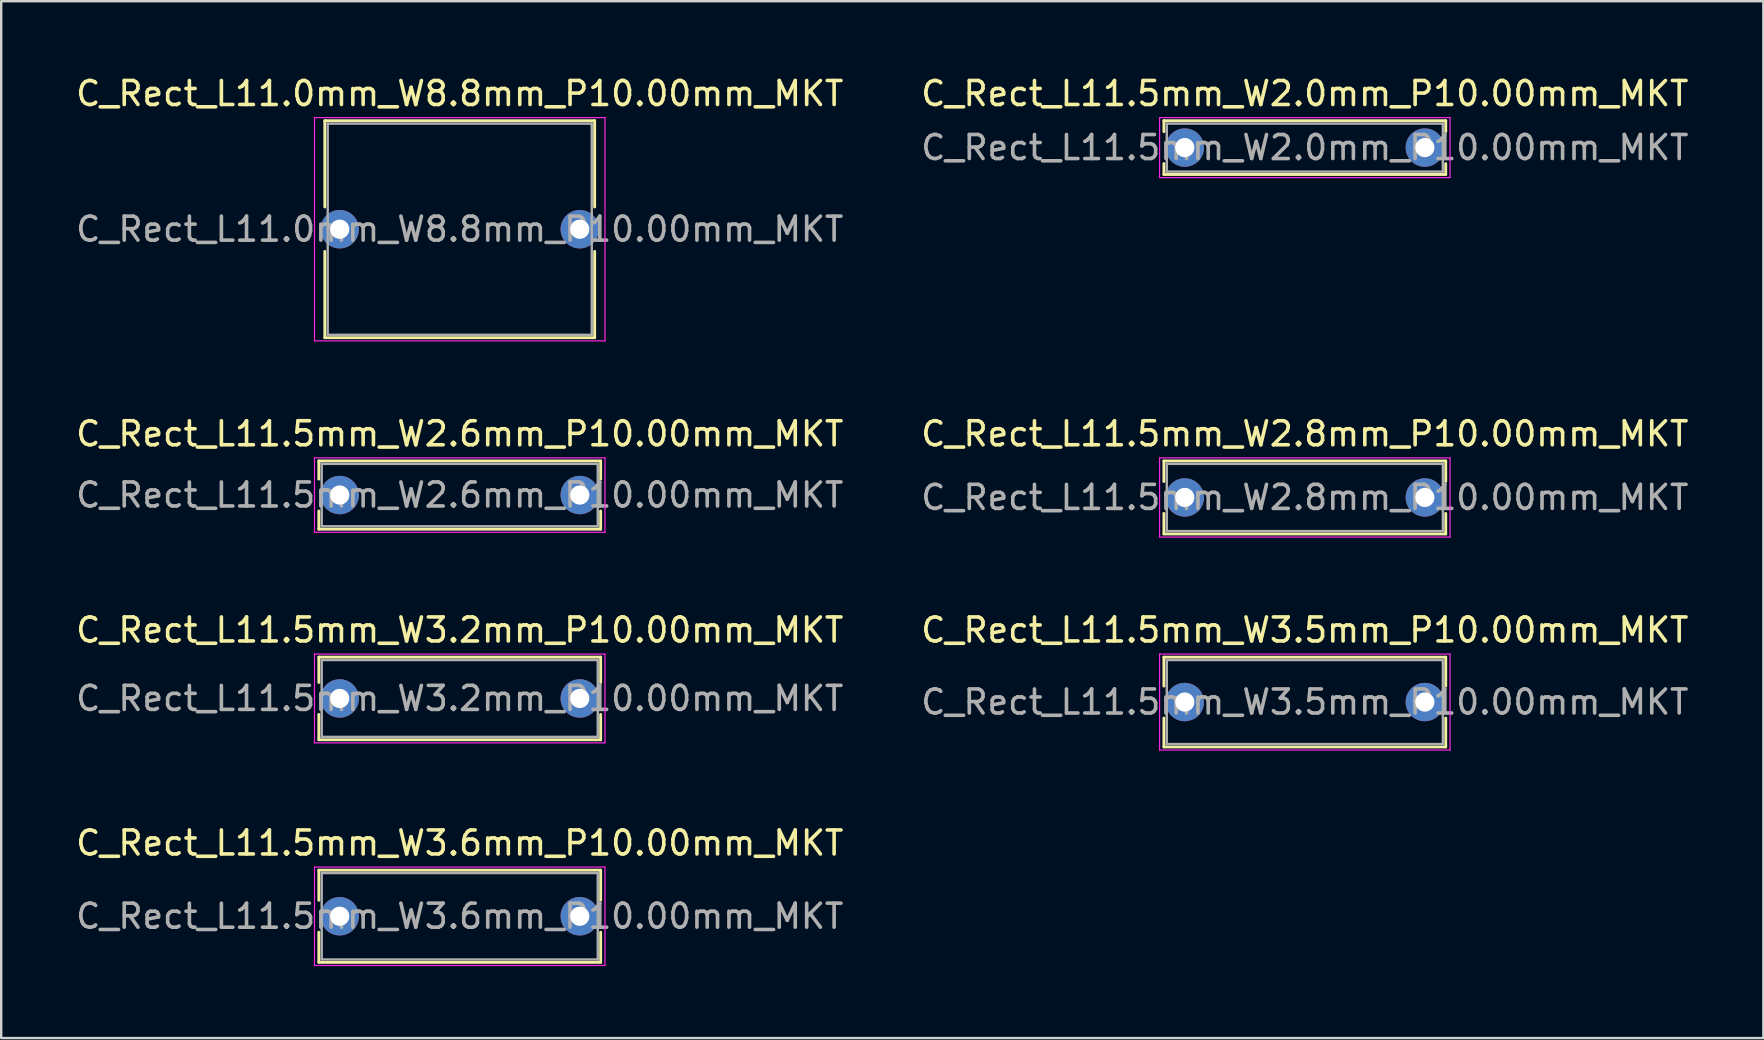
<source format=kicad_pcb>
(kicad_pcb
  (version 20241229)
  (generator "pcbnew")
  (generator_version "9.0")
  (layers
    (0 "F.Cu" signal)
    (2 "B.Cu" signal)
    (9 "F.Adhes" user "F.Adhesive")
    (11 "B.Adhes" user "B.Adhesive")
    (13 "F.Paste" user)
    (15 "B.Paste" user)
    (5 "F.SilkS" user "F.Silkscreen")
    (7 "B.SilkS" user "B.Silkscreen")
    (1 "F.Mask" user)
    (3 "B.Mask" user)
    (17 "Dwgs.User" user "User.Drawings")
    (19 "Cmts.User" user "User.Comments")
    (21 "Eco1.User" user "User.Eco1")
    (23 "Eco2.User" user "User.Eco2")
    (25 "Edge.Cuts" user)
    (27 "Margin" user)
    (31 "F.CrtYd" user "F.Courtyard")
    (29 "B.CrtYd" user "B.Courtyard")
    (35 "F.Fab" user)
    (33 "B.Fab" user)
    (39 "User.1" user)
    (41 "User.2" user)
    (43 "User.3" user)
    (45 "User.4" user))
  (footprint "C_Rect_L11.5mm_W2.0mm_P10.00mm_MKT"
    (layer "F.Cu")
    (at 46.304 3.098)
    (property "Reference" "C_Rect_L11.5mm_W2.0mm_P10.00mm_MKT" (at 5 -2.25 0) (layer "F.SilkS") (effects (font (size 1 1) (thickness 0.15))))
    (attr through_hole)
    (fp_line (start -0.87 -1.12) (end -0.87 -0.665) (stroke (width 0.12) (type solid)) (layer "F.SilkS"))
    (fp_line (start -0.87 -1.12) (end 10.87 -1.12) (stroke (width 0.12) (type solid)) (layer "F.SilkS"))
    (fp_line (start -0.87 0.665) (end -0.87 1.12) (stroke (width 0.12) (type solid)) (layer "F.SilkS"))
    (fp_line (start -0.87 1.12) (end 10.87 1.12) (stroke (width 0.12) (type solid)) (layer "F.SilkS"))
    (fp_line (start 10.87 -1.12) (end 10.87 -0.665) (stroke (width 0.12) (type solid)) (layer "F.SilkS"))
    (fp_line (start 10.87 0.665) (end 10.87 1.12) (stroke (width 0.12) (type solid)) (layer "F.SilkS"))
    (fp_line (start -1.05 -1.25) (end -1.05 1.25) (stroke (width 0.05) (type solid)) (layer "F.CrtYd"))
    (fp_line (start -1.05 1.25) (end 11.05 1.25) (stroke (width 0.05) (type solid)) (layer "F.CrtYd"))
    (fp_line (start 11.05 -1.25) (end -1.05 -1.25) (stroke (width 0.05) (type solid)) (layer "F.CrtYd"))
    (fp_line (start 11.05 1.25) (end 11.05 -1.25) (stroke (width 0.05) (type solid)) (layer "F.CrtYd"))
    (fp_line (start -0.75 -1) (end -0.75 1) (stroke (width 0.1) (type solid)) (layer "F.Fab"))
    (fp_line (start -0.75 1) (end 10.75 1) (stroke (width 0.1) (type solid)) (layer "F.Fab"))
    (fp_line (start 10.75 -1) (end -0.75 -1) (stroke (width 0.1) (type solid)) (layer "F.Fab"))
    (fp_line (start 10.75 1) (end 10.75 -1) (stroke (width 0.1) (type solid)) (layer "F.Fab"))
    (fp_text user "${REFERENCE}" (at 5 0 0) (layer "F.Fab") (effects (font (size 1 1) (thickness 0.15))))
    (pad "1" thru_hole circle (at 0 0) (size 1.6 1.6) (drill 0.8) (layers "*.Cu" "*.Mask"))
    (pad "2" thru_hole circle (at 10 0) (size 1.6 1.6) (drill 0.8) (layers "*.Cu" "*.Mask")))
  (footprint "C_Rect_L11.5mm_W3.2mm_P10.00mm_MKT"
    (layer "F.Cu")
    (at 11.101 26.045)
    (property "Reference" "C_Rect_L11.5mm_W3.2mm_P10.00mm_MKT" (at 5 -2.85 0) (layer "F.SilkS") (effects (font (size 1 1) (thickness 0.15))))
    (attr through_hole)
    (fp_line (start -0.87 -1.721) (end -0.87 -0.665) (stroke (width 0.12) (type solid)) (layer "F.SilkS"))
    (fp_line (start -0.87 -1.721) (end 10.87 -1.721) (stroke (width 0.12) (type solid)) (layer "F.SilkS"))
    (fp_line (start -0.87 0.665) (end -0.87 1.721) (stroke (width 0.12) (type solid)) (layer "F.SilkS"))
    (fp_line (start -0.87 1.721) (end 10.87 1.721) (stroke (width 0.12) (type solid)) (layer "F.SilkS"))
    (fp_line (start 10.87 -1.721) (end 10.87 -0.665) (stroke (width 0.12) (type solid)) (layer "F.SilkS"))
    (fp_line (start 10.87 0.665) (end 10.87 1.721) (stroke (width 0.12) (type solid)) (layer "F.SilkS"))
    (fp_line (start -1.05 -1.85) (end -1.05 1.85) (stroke (width 0.05) (type solid)) (layer "F.CrtYd"))
    (fp_line (start -1.05 1.85) (end 11.05 1.85) (stroke (width 0.05) (type solid)) (layer "F.CrtYd"))
    (fp_line (start 11.05 -1.85) (end -1.05 -1.85) (stroke (width 0.05) (type solid)) (layer "F.CrtYd"))
    (fp_line (start 11.05 1.85) (end 11.05 -1.85) (stroke (width 0.05) (type solid)) (layer "F.CrtYd"))
    (fp_line (start -0.75 -1.6) (end -0.75 1.6) (stroke (width 0.1) (type solid)) (layer "F.Fab"))
    (fp_line (start -0.75 1.6) (end 10.75 1.6) (stroke (width 0.1) (type solid)) (layer "F.Fab"))
    (fp_line (start 10.75 -1.6) (end -0.75 -1.6) (stroke (width 0.1) (type solid)) (layer "F.Fab"))
    (fp_line (start 10.75 1.6) (end 10.75 -1.6) (stroke (width 0.1) (type solid)) (layer "F.Fab"))
    (fp_text user "${REFERENCE}" (at 5 0 0) (layer "F.Fab") (effects (font (size 1 1) (thickness 0.15))))
    (pad "1" thru_hole circle (at 0 0) (size 1.6 1.6) (drill 0.8) (layers "*.Cu" "*.Mask"))
    (pad "2" thru_hole circle (at 10 0) (size 1.6 1.6) (drill 0.8) (layers "*.Cu" "*.Mask")))
  (footprint "C_Rect_L11.0mm_W8.8mm_P10.00mm_MKT"
    (layer "F.Cu")
    (at 11.101 6.498)
    (property "Reference" "C_Rect_L11.0mm_W8.8mm_P10.00mm_MKT" (at 5 -5.65 0) (layer "F.SilkS") (effects (font (size 1 1) (thickness 0.15))))
    (attr through_hole)
    (fp_line (start -0.62 -4.52) (end -0.62 -0.925) (stroke (width 0.12) (type solid)) (layer "F.SilkS"))
    (fp_line (start -0.62 -4.52) (end 10.62 -4.52) (stroke (width 0.12) (type solid)) (layer "F.SilkS"))
    (fp_line (start -0.62 0.925) (end -0.62 4.52) (stroke (width 0.12) (type solid)) (layer "F.SilkS"))
    (fp_line (start -0.62 4.52) (end 10.62 4.52) (stroke (width 0.12) (type solid)) (layer "F.SilkS"))
    (fp_line (start 10.62 -4.52) (end 10.62 -0.925) (stroke (width 0.12) (type solid)) (layer "F.SilkS"))
    (fp_line (start 10.62 0.925) (end 10.62 4.52) (stroke (width 0.12) (type solid)) (layer "F.SilkS"))
    (fp_line (start -1.05 -4.65) (end -1.05 4.65) (stroke (width 0.05) (type solid)) (layer "F.CrtYd"))
    (fp_line (start -1.05 4.65) (end 11.05 4.65) (stroke (width 0.05) (type solid)) (layer "F.CrtYd"))
    (fp_line (start 11.05 -4.65) (end -1.05 -4.65) (stroke (width 0.05) (type solid)) (layer "F.CrtYd"))
    (fp_line (start 11.05 4.65) (end 11.05 -4.65) (stroke (width 0.05) (type solid)) (layer "F.CrtYd"))
    (fp_line (start -0.5 -4.4) (end -0.5 4.4) (stroke (width 0.1) (type solid)) (layer "F.Fab"))
    (fp_line (start -0.5 4.4) (end 10.5 4.4) (stroke (width 0.1) (type solid)) (layer "F.Fab"))
    (fp_line (start 10.5 -4.4) (end -0.5 -4.4) (stroke (width 0.1) (type solid)) (layer "F.Fab"))
    (fp_line (start 10.5 4.4) (end 10.5 -4.4) (stroke (width 0.1) (type solid)) (layer "F.Fab"))
    (fp_text user "${REFERENCE}" (at 5 0 0) (layer "F.Fab") (effects (font (size 1 1) (thickness 0.15))))
    (pad "1" thru_hole circle (at 0 0) (size 1.6 1.6) (drill 0.8) (layers "*.Cu" "*.Mask"))
    (pad "2" thru_hole circle (at 10 0) (size 1.6 1.6) (drill 0.8) (layers "*.Cu" "*.Mask")))
  (footprint "C_Rect_L11.5mm_W2.8mm_P10.00mm_MKT"
    (layer "F.Cu")
    (at 46.304 17.672)
    (property "Reference" "C_Rect_L11.5mm_W2.8mm_P10.00mm_MKT" (at 5 -2.65 0) (layer "F.SilkS") (effects (font (size 1 1) (thickness 0.15))))
    (attr through_hole)
    (fp_line (start -0.87 -1.52) (end -0.87 -0.665) (stroke (width 0.12) (type solid)) (layer "F.SilkS"))
    (fp_line (start -0.87 -1.52) (end 10.87 -1.52) (stroke (width 0.12) (type solid)) (layer "F.SilkS"))
    (fp_line (start -0.87 0.665) (end -0.87 1.52) (stroke (width 0.12) (type solid)) (layer "F.SilkS"))
    (fp_line (start -0.87 1.52) (end 10.87 1.52) (stroke (width 0.12) (type solid)) (layer "F.SilkS"))
    (fp_line (start 10.87 -1.52) (end 10.87 -0.665) (stroke (width 0.12) (type solid)) (layer "F.SilkS"))
    (fp_line (start 10.87 0.665) (end 10.87 1.52) (stroke (width 0.12) (type solid)) (layer "F.SilkS"))
    (fp_line (start -1.05 -1.65) (end -1.05 1.65) (stroke (width 0.05) (type solid)) (layer "F.CrtYd"))
    (fp_line (start -1.05 1.65) (end 11.05 1.65) (stroke (width 0.05) (type solid)) (layer "F.CrtYd"))
    (fp_line (start 11.05 -1.65) (end -1.05 -1.65) (stroke (width 0.05) (type solid)) (layer "F.CrtYd"))
    (fp_line (start 11.05 1.65) (end 11.05 -1.65) (stroke (width 0.05) (type solid)) (layer "F.CrtYd"))
    (fp_line (start -0.75 -1.4) (end -0.75 1.4) (stroke (width 0.1) (type solid)) (layer "F.Fab"))
    (fp_line (start -0.75 1.4) (end 10.75 1.4) (stroke (width 0.1) (type solid)) (layer "F.Fab"))
    (fp_line (start 10.75 -1.4) (end -0.75 -1.4) (stroke (width 0.1) (type solid)) (layer "F.Fab"))
    (fp_line (start 10.75 1.4) (end 10.75 -1.4) (stroke (width 0.1) (type solid)) (layer "F.Fab"))
    (fp_text user "${REFERENCE}" (at 5 0 0) (layer "F.Fab") (effects (font (size 1 1) (thickness 0.15))))
    (pad "1" thru_hole circle (at 0 0) (size 1.6 1.6) (drill 0.8) (layers "*.Cu" "*.Mask"))
    (pad "2" thru_hole circle (at 10 0) (size 1.6 1.6) (drill 0.8) (layers "*.Cu" "*.Mask")))
  (footprint "C_Rect_L11.5mm_W2.6mm_P10.00mm_MKT"
    (layer "F.Cu")
    (at 11.101 17.572)
    (property "Reference" "C_Rect_L11.5mm_W2.6mm_P10.00mm_MKT" (at 5 -2.55 0) (layer "F.SilkS") (effects (font (size 1 1) (thickness 0.15))))
    (attr through_hole)
    (fp_line (start -0.87 -1.42) (end -0.87 -0.665) (stroke (width 0.12) (type solid)) (layer "F.SilkS"))
    (fp_line (start -0.87 -1.42) (end 10.87 -1.42) (stroke (width 0.12) (type solid)) (layer "F.SilkS"))
    (fp_line (start -0.87 0.665) (end -0.87 1.42) (stroke (width 0.12) (type solid)) (layer "F.SilkS"))
    (fp_line (start -0.87 1.42) (end 10.87 1.42) (stroke (width 0.12) (type solid)) (layer "F.SilkS"))
    (fp_line (start 10.87 -1.42) (end 10.87 -0.665) (stroke (width 0.12) (type solid)) (layer "F.SilkS"))
    (fp_line (start 10.87 0.665) (end 10.87 1.42) (stroke (width 0.12) (type solid)) (layer "F.SilkS"))
    (fp_line (start -1.05 -1.55) (end -1.05 1.55) (stroke (width 0.05) (type solid)) (layer "F.CrtYd"))
    (fp_line (start -1.05 1.55) (end 11.05 1.55) (stroke (width 0.05) (type solid)) (layer "F.CrtYd"))
    (fp_line (start 11.05 -1.55) (end -1.05 -1.55) (stroke (width 0.05) (type solid)) (layer "F.CrtYd"))
    (fp_line (start 11.05 1.55) (end 11.05 -1.55) (stroke (width 0.05) (type solid)) (layer "F.CrtYd"))
    (fp_line (start -0.75 -1.3) (end -0.75 1.3) (stroke (width 0.1) (type solid)) (layer "F.Fab"))
    (fp_line (start -0.75 1.3) (end 10.75 1.3) (stroke (width 0.1) (type solid)) (layer "F.Fab"))
    (fp_line (start 10.75 -1.3) (end -0.75 -1.3) (stroke (width 0.1) (type solid)) (layer "F.Fab"))
    (fp_line (start 10.75 1.3) (end 10.75 -1.3) (stroke (width 0.1) (type solid)) (layer "F.Fab"))
    (fp_text user "${REFERENCE}" (at 5 0 0) (layer "F.Fab") (effects (font (size 1 1) (thickness 0.15))))
    (pad "1" thru_hole circle (at 0 0) (size 1.6 1.6) (drill 0.8) (layers "*.Cu" "*.Mask"))
    (pad "2" thru_hole circle (at 10 0) (size 1.6 1.6) (drill 0.8) (layers "*.Cu" "*.Mask")))
  (footprint "C_Rect_L11.5mm_W3.6mm_P10.00mm_MKT"
    (layer "F.Cu")
    (at 11.101 35.118)
    (property "Reference" "C_Rect_L11.5mm_W3.6mm_P10.00mm_MKT" (at 5 -3.05 0) (layer "F.SilkS") (effects (font (size 1 1) (thickness 0.15))))
    (attr through_hole)
    (fp_line (start -0.87 -1.92) (end -0.87 -0.665) (stroke (width 0.12) (type solid)) (layer "F.SilkS"))
    (fp_line (start -0.87 -1.92) (end 10.87 -1.92) (stroke (width 0.12) (type solid)) (layer "F.SilkS"))
    (fp_line (start -0.87 0.665) (end -0.87 1.92) (stroke (width 0.12) (type solid)) (layer "F.SilkS"))
    (fp_line (start -0.87 1.92) (end 10.87 1.92) (stroke (width 0.12) (type solid)) (layer "F.SilkS"))
    (fp_line (start 10.87 -1.92) (end 10.87 -0.665) (stroke (width 0.12) (type solid)) (layer "F.SilkS"))
    (fp_line (start 10.87 0.665) (end 10.87 1.92) (stroke (width 0.12) (type solid)) (layer "F.SilkS"))
    (fp_line (start -1.05 -2.05) (end -1.05 2.05) (stroke (width 0.05) (type solid)) (layer "F.CrtYd"))
    (fp_line (start -1.05 2.05) (end 11.05 2.05) (stroke (width 0.05) (type solid)) (layer "F.CrtYd"))
    (fp_line (start 11.05 -2.05) (end -1.05 -2.05) (stroke (width 0.05) (type solid)) (layer "F.CrtYd"))
    (fp_line (start 11.05 2.05) (end 11.05 -2.05) (stroke (width 0.05) (type solid)) (layer "F.CrtYd"))
    (fp_line (start -0.75 -1.8) (end -0.75 1.8) (stroke (width 0.1) (type solid)) (layer "F.Fab"))
    (fp_line (start -0.75 1.8) (end 10.75 1.8) (stroke (width 0.1) (type solid)) (layer "F.Fab"))
    (fp_line (start 10.75 -1.8) (end -0.75 -1.8) (stroke (width 0.1) (type solid)) (layer "F.Fab"))
    (fp_line (start 10.75 1.8) (end 10.75 -1.8) (stroke (width 0.1) (type solid)) (layer "F.Fab"))
    (fp_text user "${REFERENCE}" (at 5 0 0) (layer "F.Fab") (effects (font (size 1 1) (thickness 0.15))))
    (pad "1" thru_hole circle (at 0 0) (size 1.6 1.6) (drill 0.8) (layers "*.Cu" "*.Mask"))
    (pad "2" thru_hole circle (at 10 0) (size 1.6 1.6) (drill 0.8) (layers "*.Cu" "*.Mask")))
  (footprint "C_Rect_L11.5mm_W3.5mm_P10.00mm_MKT"
    (layer "F.Cu")
    (at 46.304 26.195)
    (property "Reference" "C_Rect_L11.5mm_W3.5mm_P10.00mm_MKT" (at 5 -3 0) (layer "F.SilkS") (effects (font (size 1 1) (thickness 0.15))))
    (attr through_hole)
    (fp_line (start -0.87 -1.87) (end -0.87 -0.665) (stroke (width 0.12) (type solid)) (layer "F.SilkS"))
    (fp_line (start -0.87 -1.87) (end 10.87 -1.87) (stroke (width 0.12) (type solid)) (layer "F.SilkS"))
    (fp_line (start -0.87 0.665) (end -0.87 1.87) (stroke (width 0.12) (type solid)) (layer "F.SilkS"))
    (fp_line (start -0.87 1.87) (end 10.87 1.87) (stroke (width 0.12) (type solid)) (layer "F.SilkS"))
    (fp_line (start 10.87 -1.87) (end 10.87 -0.665) (stroke (width 0.12) (type solid)) (layer "F.SilkS"))
    (fp_line (start 10.87 0.665) (end 10.87 1.87) (stroke (width 0.12) (type solid)) (layer "F.SilkS"))
    (fp_line (start -1.05 -2) (end -1.05 2) (stroke (width 0.05) (type solid)) (layer "F.CrtYd"))
    (fp_line (start -1.05 2) (end 11.05 2) (stroke (width 0.05) (type solid)) (layer "F.CrtYd"))
    (fp_line (start 11.05 -2) (end -1.05 -2) (stroke (width 0.05) (type solid)) (layer "F.CrtYd"))
    (fp_line (start 11.05 2) (end 11.05 -2) (stroke (width 0.05) (type solid)) (layer "F.CrtYd"))
    (fp_line (start -0.75 -1.75) (end -0.75 1.75) (stroke (width 0.1) (type solid)) (layer "F.Fab"))
    (fp_line (start -0.75 1.75) (end 10.75 1.75) (stroke (width 0.1) (type solid)) (layer "F.Fab"))
    (fp_line (start 10.75 -1.75) (end -0.75 -1.75) (stroke (width 0.1) (type solid)) (layer "F.Fab"))
    (fp_line (start 10.75 1.75) (end 10.75 -1.75) (stroke (width 0.1) (type solid)) (layer "F.Fab"))
    (fp_text user "${REFERENCE}" (at 5 0 0) (layer "F.Fab") (effects (font (size 1 1) (thickness 0.15))))
    (pad "1" thru_hole circle (at 0 0) (size 1.6 1.6) (drill 0.8) (layers "*.Cu" "*.Mask"))
    (pad "2" thru_hole circle (at 10 0) (size 1.6 1.6) (drill 0.8) (layers "*.Cu" "*.Mask")))
  (gr_rect
    (start -3 -3)
    (end 70.405 40.193)
    (stroke (width 0.1) (type default))
    (fill no)
    (layer "Edge.Cuts")))
</source>
